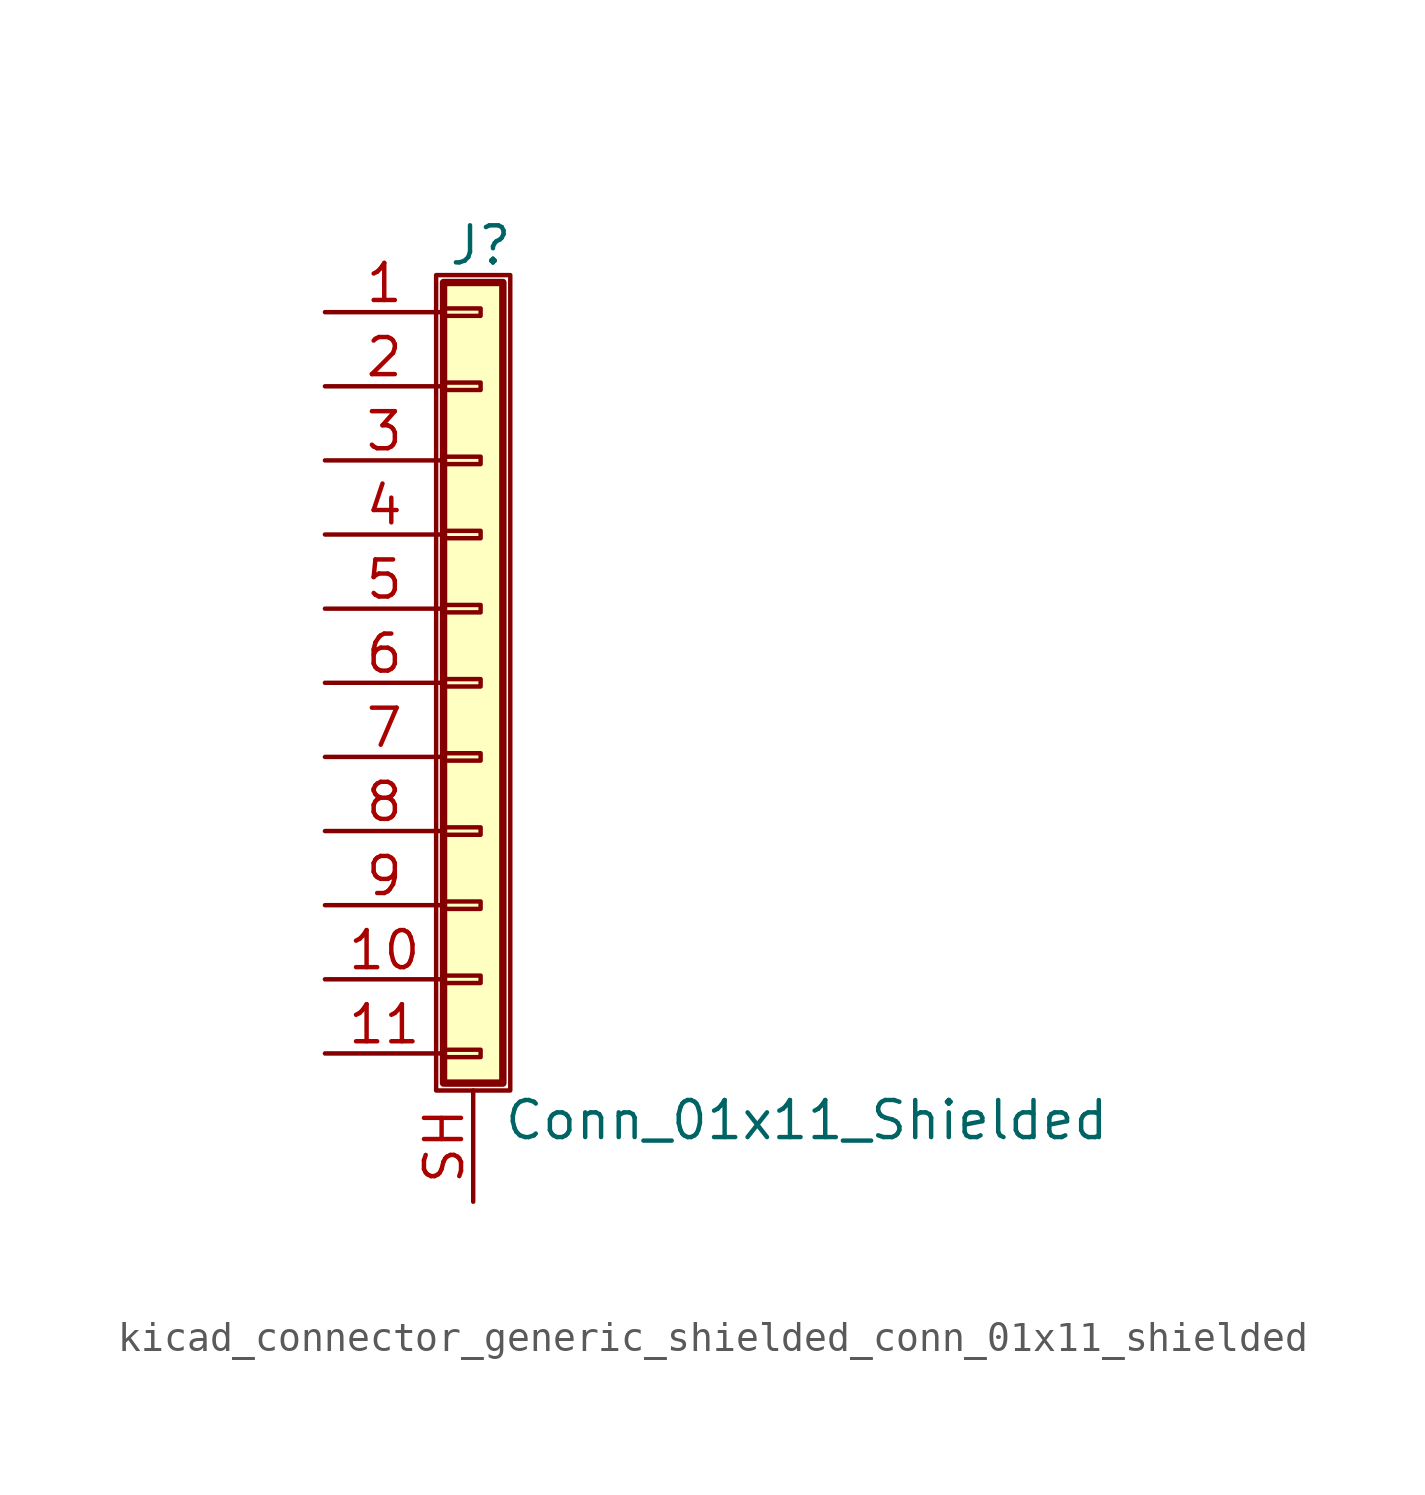
<source format=kicad_sym>
(kicad_symbol_lib
  (version 20220914)
  (generator kicad_symbol_editor)
  (symbol "kicad_connector_generic_shielded_conn_01x11_shielded"
    (pin_names
      (offset 1.016) hide)
    (property "Reference" "J"
      (at 0.254 14.986 0)
      (effects (font (size 1.27 1.27))))
    (property "Value" "Conn_01x11_Shielded"
      (at 1.016 -14.986 0)
      (effects (font (size 1.27 1.27)) (justify left)))
    (symbol "kicad_connector_generic_shielded_conn_01x11_shielded_1_1"
      (rectangle (start -1.27 13.97) (end 1.27 -13.97) (stroke (width 0.152) (type default)) (fill (type none)))
      (rectangle (start -1.016 -12.573) (end 0.254 -12.827) (stroke (width 0.152) (type default)) (fill (type none)))
      (rectangle (start -1.016 -10.033) (end 0.254 -10.287) (stroke (width 0.152) (type default)) (fill (type none)))
      (rectangle (start -1.016 -7.493) (end 0.254 -7.747) (stroke (width 0.152) (type default)) (fill (type none)))
      (rectangle (start -1.016 -4.953) (end 0.254 -5.207) (stroke (width 0.152) (type default)) (fill (type none)))
      (rectangle (start -1.016 -2.413) (end 0.254 -2.667) (stroke (width 0.152) (type default)) (fill (type none)))
      (rectangle (start -1.016 0.127) (end 0.254 -0.127) (stroke (width 0.152) (type default)) (fill (type none)))
      (rectangle (start -1.016 2.667) (end 0.254 2.413) (stroke (width 0.152) (type default)) (fill (type none)))
      (rectangle (start -1.016 5.207) (end 0.254 4.953) (stroke (width 0.152) (type default)) (fill (type none)))
      (rectangle (start -1.016 7.747) (end 0.254 7.493) (stroke (width 0.152) (type default)) (fill (type none)))
      (rectangle (start -1.016 10.287) (end 0.254 10.033) (stroke (width 0.152) (type default)) (fill (type none)))
      (rectangle (start -1.016 12.827) (end 0.254 12.573) (stroke (width 0.152) (type default)) (fill (type none)))
      (rectangle (start -1.016 13.716) (end 1.016 -13.716) (stroke (width 0.254) (type default)) (fill (type background)))
      (pin passive line (at -5.08 12.7 0) (length 4.064) (name "Pin_1" (effects (font (size 1.27 1.27)))) (number "1" (effects (font (size 1.27 1.27)))))
      (pin passive line (at -5.08 -10.16 0) (length 4.064) (name "Pin_10" (effects (font (size 1.27 1.27)))) (number "10" (effects (font (size 1.27 1.27)))))
      (pin passive line (at -5.08 -12.7 0) (length 4.064) (name "Pin_11" (effects (font (size 1.27 1.27)))) (number "11" (effects (font (size 1.27 1.27)))))
      (pin passive line (at -5.08 10.16 0) (length 4.064) (name "Pin_2" (effects (font (size 1.27 1.27)))) (number "2" (effects (font (size 1.27 1.27)))))
      (pin passive line (at -5.08 7.62 0) (length 4.064) (name "Pin_3" (effects (font (size 1.27 1.27)))) (number "3" (effects (font (size 1.27 1.27)))))
      (pin passive line (at -5.08 5.08 0) (length 4.064) (name "Pin_4" (effects (font (size 1.27 1.27)))) (number "4" (effects (font (size 1.27 1.27)))))
      (pin passive line (at -5.08 2.54 0) (length 4.064) (name "Pin_5" (effects (font (size 1.27 1.27)))) (number "5" (effects (font (size 1.27 1.27)))))
      (pin passive line (at -5.08 0 0) (length 4.064) (name "Pin_6" (effects (font (size 1.27 1.27)))) (number "6" (effects (font (size 1.27 1.27)))))
      (pin passive line (at -5.08 -2.54 0) (length 4.064) (name "Pin_7" (effects (font (size 1.27 1.27)))) (number "7" (effects (font (size 1.27 1.27)))))
      (pin passive line (at -5.08 -5.08 0) (length 4.064) (name "Pin_8" (effects (font (size 1.27 1.27)))) (number "8" (effects (font (size 1.27 1.27)))))
      (pin passive line (at -5.08 -7.62 0) (length 4.064) (name "Pin_9" (effects (font (size 1.27 1.27)))) (number "9" (effects (font (size 1.27 1.27)))))
      (pin passive line (at 0 -17.78 90) (length 3.81) (name "Shield" (effects (font (size 1.27 1.27)))) (number "SH" (effects (font (size 1.27 1.27))))))))
</source>
